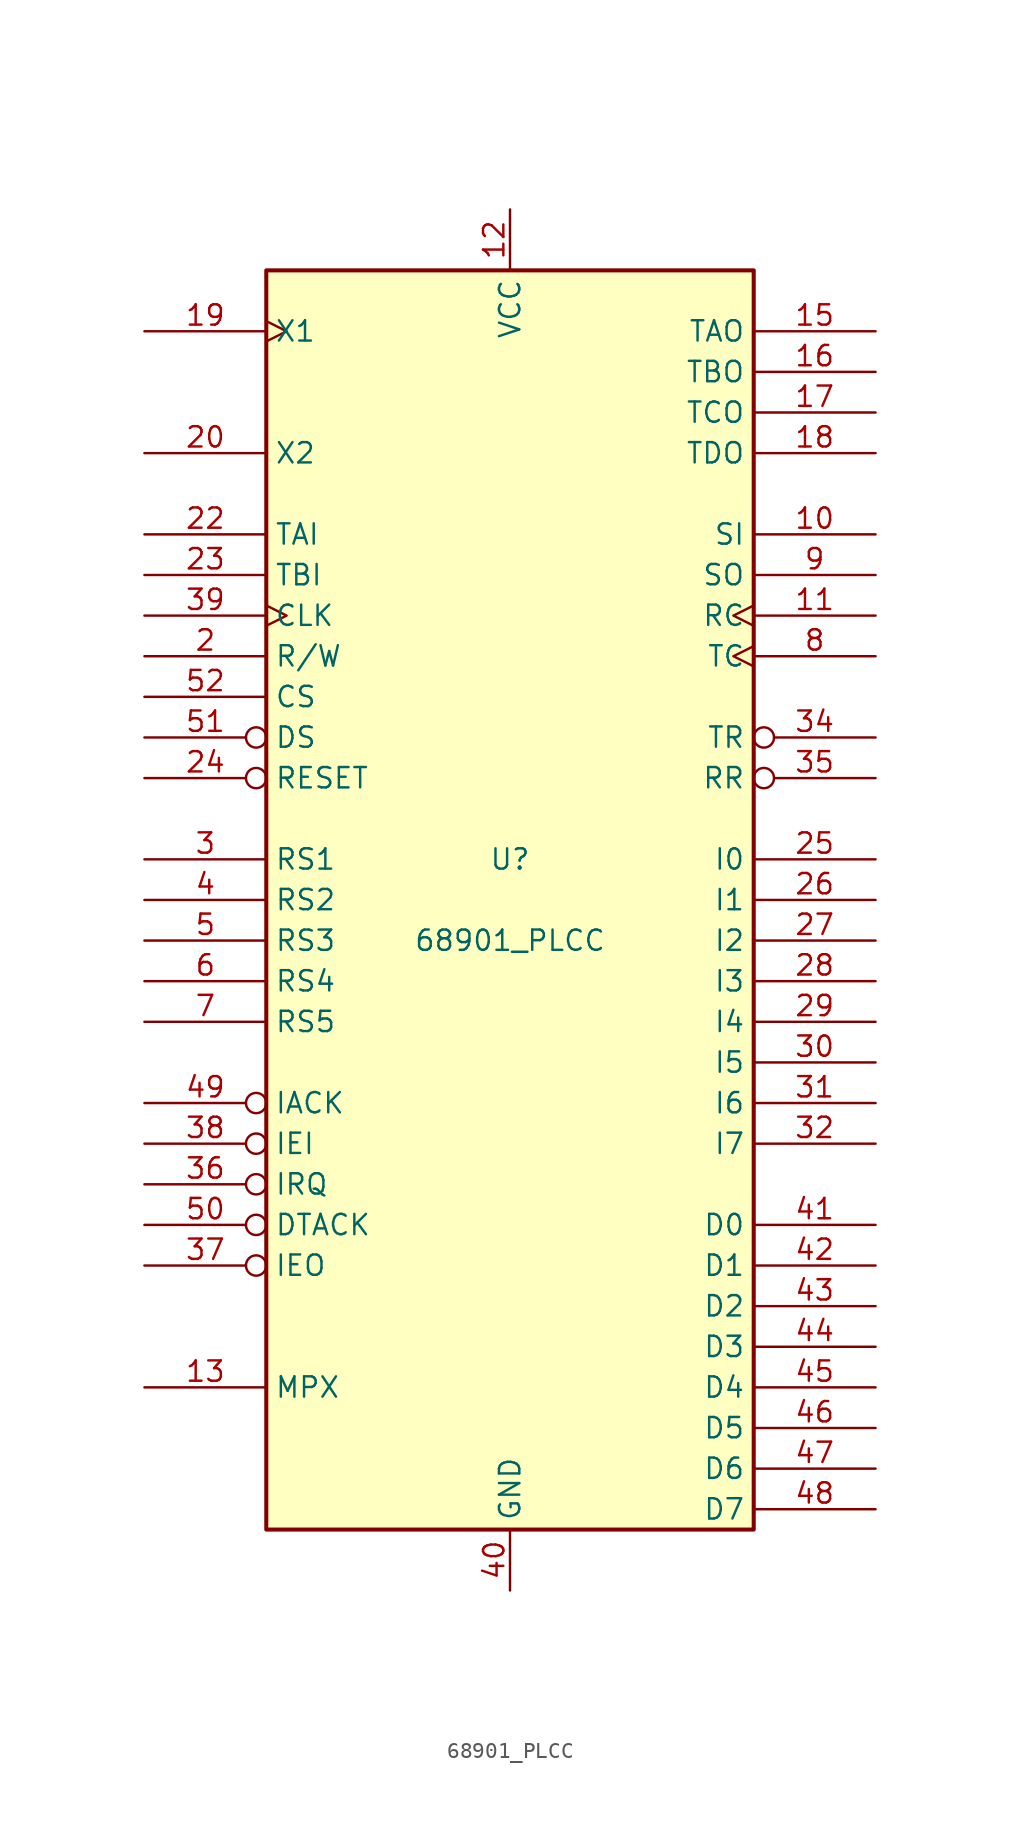
<source format=kicad_sym>
(kicad_symbol_lib
  (version 20241209)
  (generator "kicad_symbol_editor")
  (generator_version "9.0")
  (symbol "68901_PLCC"
    (property "Reference" "U"
      (at 0 2.54 0)
      (effects (font (size 1.27 1.27))))
    (property "Value" "68901_PLCC"
      (at 0 -2.54 0)
      (effects (font (size 1.27 1.27))))
    (symbol "68901_PLCC_0_1"
      (rectangle (start -15.24 -39.37) (end 15.24 39.37) (stroke (width 0.254) (type default)) (fill (type background))))
    (symbol "68901_PLCC_1_1"
      (pin input clock (at -22.86 35.56 0) (length 7.62) (name "X1" (effects (font (size 1.27 1.27)))) (number "19" (effects (font (size 1.27 1.27)))))
      (pin input line (at -22.86 27.94 0) (length 7.62) (name "X2" (effects (font (size 1.27 1.27)))) (number "20" (effects (font (size 1.27 1.27)))))
      (pin input line (at -22.86 22.86 0) (length 7.62) (name "TAI" (effects (font (size 1.27 1.27)))) (number "22" (effects (font (size 1.27 1.27)))))
      (pin input line (at -22.86 20.32 0) (length 7.62) (name "TBI" (effects (font (size 1.27 1.27)))) (number "23" (effects (font (size 1.27 1.27)))))
      (pin input clock (at -22.86 17.78 0) (length 7.62) (name "CLK" (effects (font (size 1.27 1.27)))) (number "39" (effects (font (size 1.27 1.27)))))
      (pin input line (at -22.86 15.24 0) (length 7.62) (name "R/W" (effects (font (size 1.27 1.27)))) (number "2" (effects (font (size 1.27 1.27)))))
      (pin input line (at -22.86 12.7 0) (length 7.62) (name "CS" (effects (font (size 1.27 1.27)))) (number "52" (effects (font (size 1.27 1.27)))))
      (pin input inverted (at -22.86 10.16 0) (length 7.62) (name "DS" (effects (font (size 1.27 1.27)))) (number "51" (effects (font (size 1.27 1.27)))))
      (pin input inverted (at -22.86 7.62 0) (length 7.62) (name "RESET" (effects (font (size 1.27 1.27)))) (number "24" (effects (font (size 1.27 1.27)))))
      (pin input line (at -22.86 2.54 0) (length 7.62) (name "RS1" (effects (font (size 1.27 1.27)))) (number "3" (effects (font (size 1.27 1.27)))))
      (pin input line (at -22.86 0 0) (length 7.62) (name "RS2" (effects (font (size 1.27 1.27)))) (number "4" (effects (font (size 1.27 1.27)))))
      (pin input line (at -22.86 -2.54 0) (length 7.62) (name "RS3" (effects (font (size 1.27 1.27)))) (number "5" (effects (font (size 1.27 1.27)))))
      (pin input line (at -22.86 -5.08 0) (length 7.62) (name "RS4" (effects (font (size 1.27 1.27)))) (number "6" (effects (font (size 1.27 1.27)))))
      (pin input line (at -22.86 -7.62 0) (length 7.62) (name "RS5" (effects (font (size 1.27 1.27)))) (number "7" (effects (font (size 1.27 1.27)))))
      (pin input inverted (at -22.86 -12.7 0) (length 7.62) (name "IACK" (effects (font (size 1.27 1.27)))) (number "49" (effects (font (size 1.27 1.27)))))
      (pin input inverted (at -22.86 -15.24 0) (length 7.62) (name "IEI" (effects (font (size 1.27 1.27)))) (number "38" (effects (font (size 1.27 1.27)))))
      (pin output inverted (at -22.86 -17.78 0) (length 7.62) (name "IRQ" (effects (font (size 1.27 1.27)))) (number "36" (effects (font (size 1.27 1.27)))))
      (pin output inverted (at -22.86 -20.32 0) (length 7.62) (name "DTACK" (effects (font (size 1.27 1.27)))) (number "50" (effects (font (size 1.27 1.27)))))
      (pin output inverted (at -22.86 -22.86 0) (length 7.62) (name "IEO" (effects (font (size 1.27 1.27)))) (number "37" (effects (font (size 1.27 1.27)))))
      (pin input line (at -22.86 -30.48 0) (length 7.62) (name "MPX" (effects (font (size 1.27 1.27)))) (number "13" (effects (font (size 1.27 1.27)))))
      (pin power_in line (at 0 43.18 270) (length 3.81) (name "VCC" (effects (font (size 1.27 1.27)))) (number "12" (effects (font (size 1.27 1.27)))))
      (pin power_in line (at 0 -43.18 90) (length 3.81) (name "GND" (effects (font (size 1.27 1.27)))) (number "40" (effects (font (size 1.27 1.27)))))
      (pin output line (at 22.86 35.56 180) (length 7.62) (name "TAO" (effects (font (size 1.27 1.27)))) (number "15" (effects (font (size 1.27 1.27)))))
      (pin output line (at 22.86 33.02 180) (length 7.62) (name "TBO" (effects (font (size 1.27 1.27)))) (number "16" (effects (font (size 1.27 1.27)))))
      (pin output line (at 22.86 30.48 180) (length 7.62) (name "TCO" (effects (font (size 1.27 1.27)))) (number "17" (effects (font (size 1.27 1.27)))))
      (pin output line (at 22.86 27.94 180) (length 7.62) (name "TDO" (effects (font (size 1.27 1.27)))) (number "18" (effects (font (size 1.27 1.27)))))
      (pin input line (at 22.86 22.86 180) (length 7.62) (name "SI" (effects (font (size 1.27 1.27)))) (number "10" (effects (font (size 1.27 1.27)))))
      (pin output line (at 22.86 20.32 180) (length 7.62) (name "SO" (effects (font (size 1.27 1.27)))) (number "9" (effects (font (size 1.27 1.27)))))
      (pin input clock (at 22.86 17.78 180) (length 7.62) (name "RC" (effects (font (size 1.27 1.27)))) (number "11" (effects (font (size 1.27 1.27)))))
      (pin input clock (at 22.86 15.24 180) (length 7.62) (name "TC" (effects (font (size 1.27 1.27)))) (number "8" (effects (font (size 1.27 1.27)))))
      (pin output inverted (at 22.86 10.16 180) (length 7.62) (name "TR" (effects (font (size 1.27 1.27)))) (number "34" (effects (font (size 1.27 1.27)))))
      (pin output inverted (at 22.86 7.62 180) (length 7.62) (name "RR" (effects (font (size 1.27 1.27)))) (number "35" (effects (font (size 1.27 1.27)))))
      (pin input line (at 22.86 2.54 180) (length 7.62) (name "I0" (effects (font (size 1.27 1.27)))) (number "25" (effects (font (size 1.27 1.27)))))
      (pin input line (at 22.86 0 180) (length 7.62) (name "I1" (effects (font (size 1.27 1.27)))) (number "26" (effects (font (size 1.27 1.27)))))
      (pin input line (at 22.86 -2.54 180) (length 7.62) (name "I2" (effects (font (size 1.27 1.27)))) (number "27" (effects (font (size 1.27 1.27)))))
      (pin input line (at 22.86 -5.08 180) (length 7.62) (name "I3" (effects (font (size 1.27 1.27)))) (number "28" (effects (font (size 1.27 1.27)))))
      (pin input line (at 22.86 -7.62 180) (length 7.62) (name "I4" (effects (font (size 1.27 1.27)))) (number "29" (effects (font (size 1.27 1.27)))))
      (pin input line (at 22.86 -10.16 180) (length 7.62) (name "I5" (effects (font (size 1.27 1.27)))) (number "30" (effects (font (size 1.27 1.27)))))
      (pin input line (at 22.86 -12.7 180) (length 7.62) (name "I6" (effects (font (size 1.27 1.27)))) (number "31" (effects (font (size 1.27 1.27)))))
      (pin input line (at 22.86 -15.24 180) (length 7.62) (name "I7" (effects (font (size 1.27 1.27)))) (number "32" (effects (font (size 1.27 1.27)))))
      (pin input line (at 22.86 -20.32 180) (length 7.62) (name "D0" (effects (font (size 1.27 1.27)))) (number "41" (effects (font (size 1.27 1.27)))))
      (pin input line (at 22.86 -22.86 180) (length 7.62) (name "D1" (effects (font (size 1.27 1.27)))) (number "42" (effects (font (size 1.27 1.27)))))
      (pin input line (at 22.86 -25.4 180) (length 7.62) (name "D2" (effects (font (size 1.27 1.27)))) (number "43" (effects (font (size 1.27 1.27)))))
      (pin input line (at 22.86 -27.94 180) (length 7.62) (name "D3" (effects (font (size 1.27 1.27)))) (number "44" (effects (font (size 1.27 1.27)))))
      (pin input line (at 22.86 -30.48 180) (length 7.62) (name "D4" (effects (font (size 1.27 1.27)))) (number "45" (effects (font (size 1.27 1.27)))))
      (pin input line (at 22.86 -33.02 180) (length 7.62) (name "D5" (effects (font (size 1.27 1.27)))) (number "46" (effects (font (size 1.27 1.27)))))
      (pin input line (at 22.86 -35.56 180) (length 7.62) (name "D6" (effects (font (size 1.27 1.27)))) (number "47" (effects (font (size 1.27 1.27)))))
      (pin input line (at 22.86 -38.1 180) (length 7.62) (name "D7" (effects (font (size 1.27 1.27)))) (number "48" (effects (font (size 1.27 1.27))))))))
</source>
